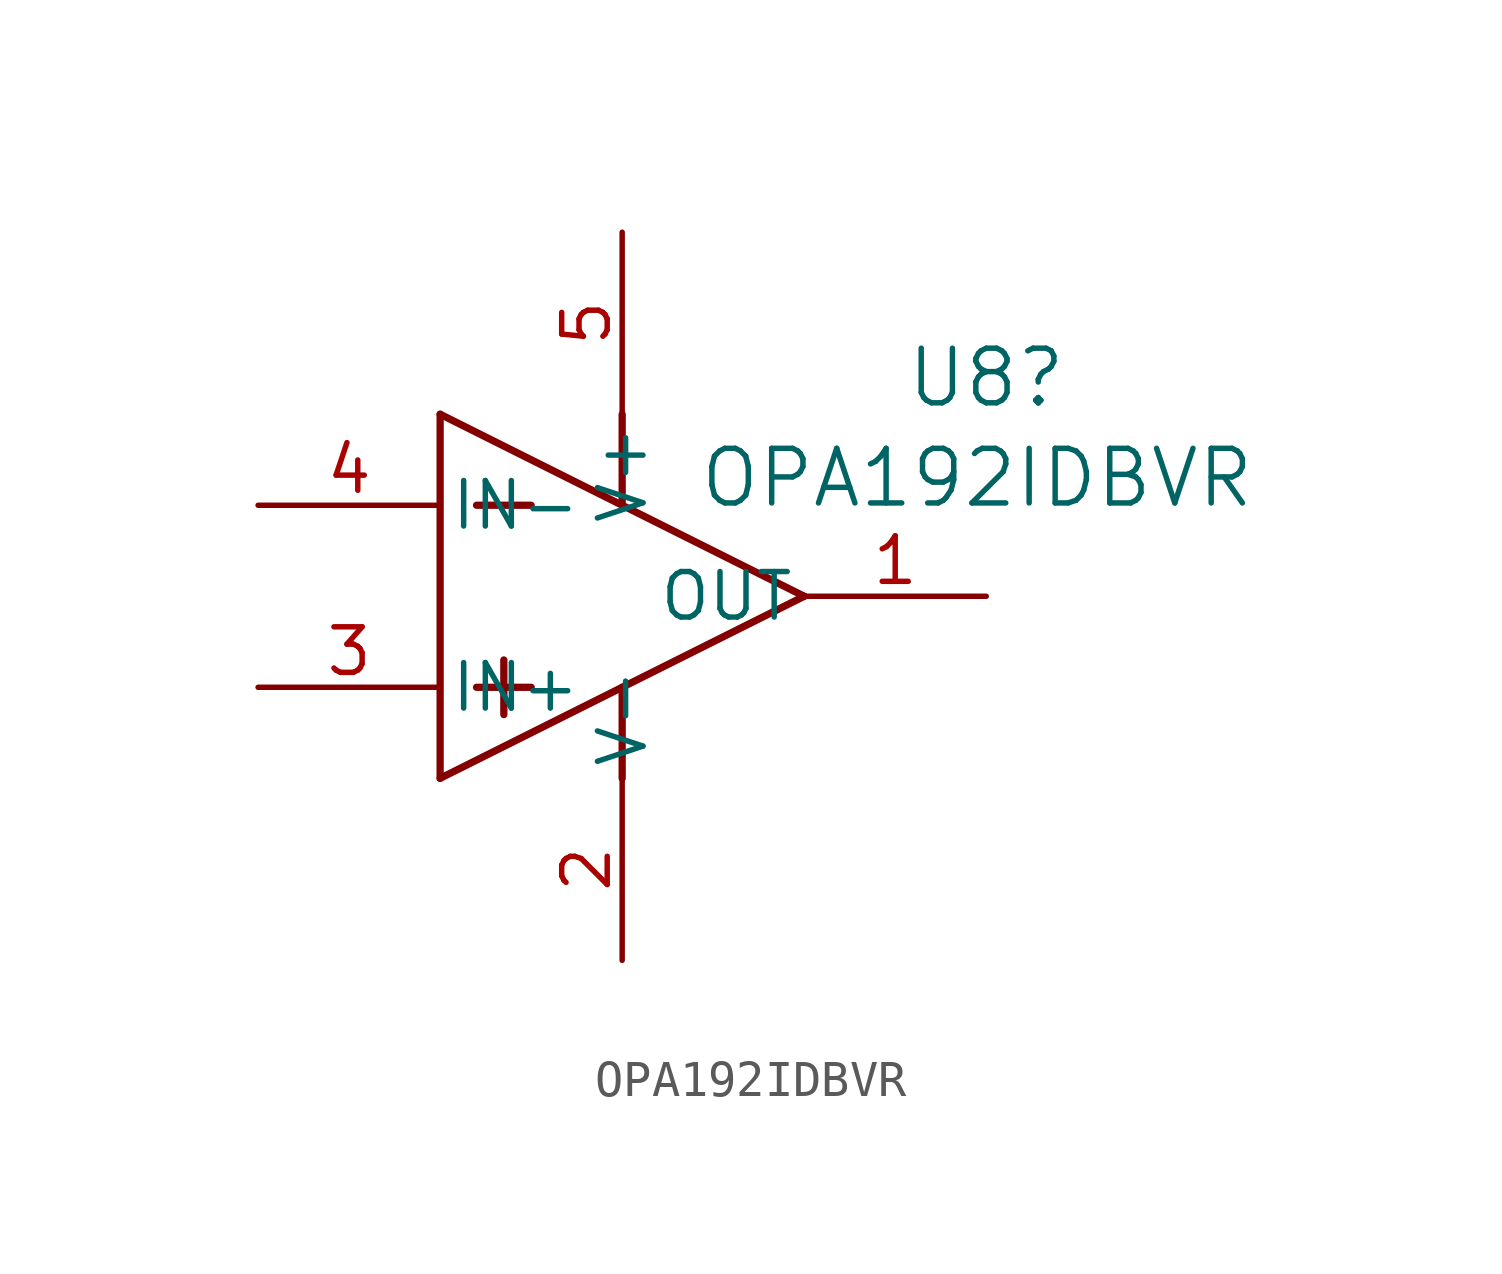
<source format=kicad_sym>
(kicad_symbol_lib
  (version 20231120)
  (generator "kicad_symbol_editor")
  (generator_version "8.0")
  (symbol "OPA192IDBVR"
    (pin_names
      (offset 0.254))
    (property "Reference" "U8"
      (at 15.24 1.016 0)
      (effects (font (size 1.524 1.524))))
    (property "Value" "OPA192IDBVR"
      (at 14.986 -1.778 0)
      (effects (font (size 1.524 1.524))))
    (property "ki_locked" ""
      (at 0 0 0)
      (effects (font (size 1.27 1.27))))
    (symbol "OPA192IDBVR_0_1"
      (polyline (pts (xy 0 -10.16) (xy 10.16 -5.08)) (stroke (width 0.203) (type default)) (fill (type none)))
      (polyline (pts (xy 0 0) (xy 0 -10.16)) (stroke (width 0.203) (type default)) (fill (type none)))
      (polyline (pts (xy 0 0) (xy 10.16 -5.08)) (stroke (width 0.203) (type default)) (fill (type none)))
      (polyline (pts (xy 1.016 -7.62) (xy 2.54 -7.62)) (stroke (width 0.203) (type default)) (fill (type none)))
      (polyline (pts (xy 1.016 -2.54) (xy 2.54 -2.54)) (stroke (width 0.203) (type default)) (fill (type none)))
      (polyline (pts (xy 1.778 -6.858) (xy 1.778 -8.382)) (stroke (width 0.203) (type default)) (fill (type none)))
      (polyline (pts (xy 5.08 -7.62) (xy 5.08 -10.16)) (stroke (width 0.203) (type default)) (fill (type none)))
      (polyline (pts (xy 5.08 0) (xy 5.08 -2.54)) (stroke (width 0.203) (type default)) (fill (type none)))
      (pin output line (at 15.24 -5.08 180) (length 5.08) (name "OUT" (effects (font (size 1.27 1.27)))) (number "1" (effects (font (size 1.27 1.27)))))
      (pin power_in line (at 5.08 -15.24 90) (length 5.08) (name "V-" (effects (font (size 1.27 1.27)))) (number "2" (effects (font (size 1.27 1.27)))))
      (pin input line (at -5.08 -7.62 0) (length 5.08) (name "IN+" (effects (font (size 1.27 1.27)))) (number "3" (effects (font (size 1.27 1.27)))))
      (pin input line (at -5.08 -2.54 0) (length 5.08) (name "IN-" (effects (font (size 1.27 1.27)))) (number "4" (effects (font (size 1.27 1.27)))))
      (pin power_in line (at 5.08 5.08 270) (length 5.08) (name "V+" (effects (font (size 1.27 1.27)))) (number "5" (effects (font (size 1.27 1.27))))))))
</source>
